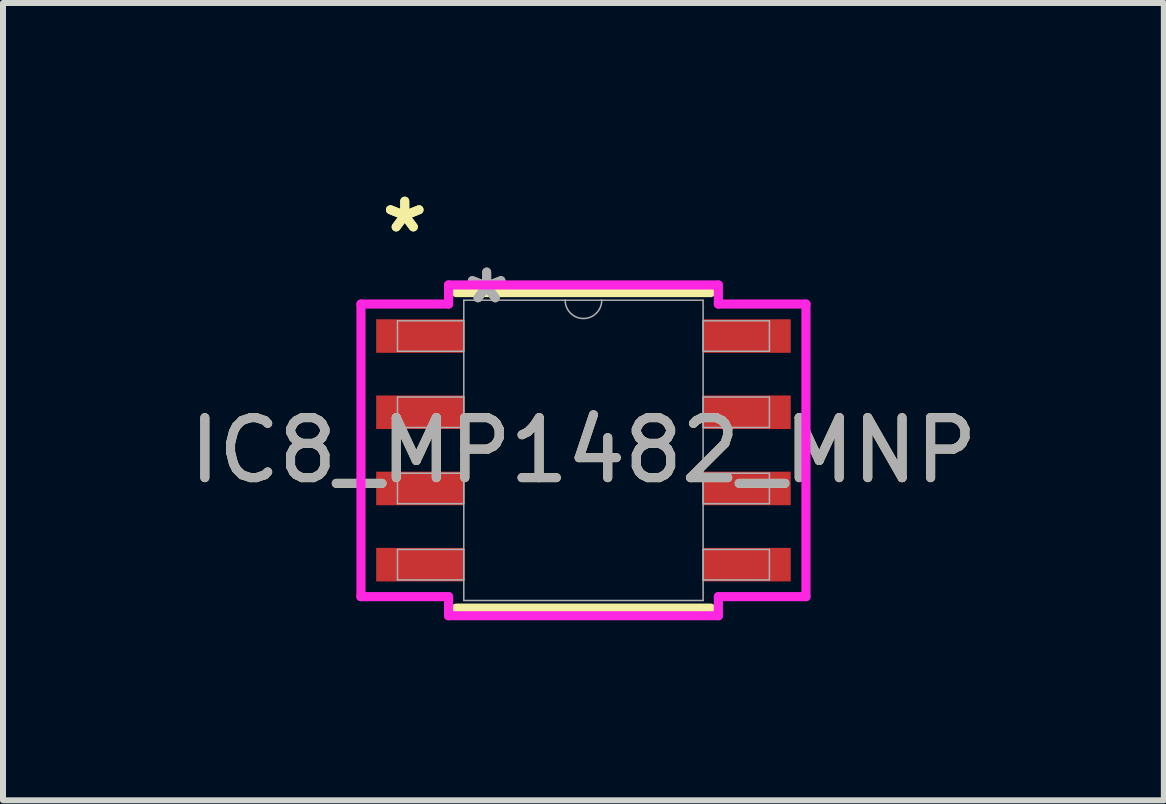
<source format=kicad_pcb>
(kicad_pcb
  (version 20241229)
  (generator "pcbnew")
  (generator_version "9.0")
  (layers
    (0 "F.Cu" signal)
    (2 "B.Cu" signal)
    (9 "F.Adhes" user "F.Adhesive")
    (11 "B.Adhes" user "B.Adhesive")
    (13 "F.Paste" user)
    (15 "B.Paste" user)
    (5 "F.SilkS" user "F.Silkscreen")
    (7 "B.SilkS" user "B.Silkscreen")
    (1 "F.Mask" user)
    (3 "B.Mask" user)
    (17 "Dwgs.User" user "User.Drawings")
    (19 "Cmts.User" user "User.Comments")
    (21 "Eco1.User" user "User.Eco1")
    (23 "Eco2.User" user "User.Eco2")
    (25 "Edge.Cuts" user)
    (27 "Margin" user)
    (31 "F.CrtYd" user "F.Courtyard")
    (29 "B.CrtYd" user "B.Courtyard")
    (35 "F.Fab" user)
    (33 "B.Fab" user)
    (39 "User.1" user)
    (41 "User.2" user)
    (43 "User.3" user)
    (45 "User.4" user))
  (footprint "IC8_MP1482_MNP"
    (layer "F.Cu")
    (at 6.673 4.455)
    (property "Reference" "IC8_MP1482_MNP" (at 0 0 0) (unlocked yes) (layer "F.SilkS") (effects (font (size 1 1) (thickness 0.15))))
    (attr smd)
    (fp_line (start -2.121 2.629) (end 2.121 2.629) (stroke (width 0.152) (type solid)) (layer "F.SilkS"))
    (fp_line (start 2.121 -2.629) (end -2.121 -2.629) (stroke (width 0.152) (type solid)) (layer "F.SilkS"))
    (fp_line (start -3.708 -2.438) (end -2.248 -2.438) (stroke (width 0.152) (type solid)) (layer "F.CrtYd"))
    (fp_line (start -3.708 2.438) (end -3.708 -2.438) (stroke (width 0.152) (type solid)) (layer "F.CrtYd"))
    (fp_line (start -3.708 2.438) (end -2.248 2.438) (stroke (width 0.152) (type solid)) (layer "F.CrtYd"))
    (fp_line (start -2.248 -2.756) (end 2.248 -2.756) (stroke (width 0.152) (type solid)) (layer "F.CrtYd"))
    (fp_line (start -2.248 -2.438) (end -2.248 -2.756) (stroke (width 0.152) (type solid)) (layer "F.CrtYd"))
    (fp_line (start -2.248 2.756) (end -2.248 2.438) (stroke (width 0.152) (type solid)) (layer "F.CrtYd"))
    (fp_line (start 2.248 -2.756) (end 2.248 -2.438) (stroke (width 0.152) (type solid)) (layer "F.CrtYd"))
    (fp_line (start 2.248 2.438) (end 2.248 2.756) (stroke (width 0.152) (type solid)) (layer "F.CrtYd"))
    (fp_line (start 2.248 2.756) (end -2.248 2.756) (stroke (width 0.152) (type solid)) (layer "F.CrtYd"))
    (fp_line (start 3.708 -2.438) (end 2.248 -2.438) (stroke (width 0.152) (type solid)) (layer "F.CrtYd"))
    (fp_line (start 3.708 -2.438) (end 3.708 2.438) (stroke (width 0.152) (type solid)) (layer "F.CrtYd"))
    (fp_line (start 3.708 2.438) (end 2.248 2.438) (stroke (width 0.152) (type solid)) (layer "F.CrtYd"))
    (fp_line (start -3.099 -2.159) (end -3.099 -1.651) (stroke (width 0.025) (type solid)) (layer "F.Fab"))
    (fp_line (start -3.099 -1.651) (end -1.994 -1.651) (stroke (width 0.025) (type solid)) (layer "F.Fab"))
    (fp_line (start -3.099 -0.889) (end -3.099 -0.381) (stroke (width 0.025) (type solid)) (layer "F.Fab"))
    (fp_line (start -3.099 -0.381) (end -1.994 -0.381) (stroke (width 0.025) (type solid)) (layer "F.Fab"))
    (fp_line (start -3.099 0.381) (end -3.099 0.889) (stroke (width 0.025) (type solid)) (layer "F.Fab"))
    (fp_line (start -3.099 0.889) (end -1.994 0.889) (stroke (width 0.025) (type solid)) (layer "F.Fab"))
    (fp_line (start -3.099 1.651) (end -3.099 2.159) (stroke (width 0.025) (type solid)) (layer "F.Fab"))
    (fp_line (start -3.099 2.159) (end -1.994 2.159) (stroke (width 0.025) (type solid)) (layer "F.Fab"))
    (fp_line (start -1.994 -2.502) (end -1.994 2.502) (stroke (width 0.025) (type solid)) (layer "F.Fab"))
    (fp_line (start -1.994 -2.159) (end -3.099 -2.159) (stroke (width 0.025) (type solid)) (layer "F.Fab"))
    (fp_line (start -1.994 -1.651) (end -1.994 -2.159) (stroke (width 0.025) (type solid)) (layer "F.Fab"))
    (fp_line (start -1.994 -0.889) (end -3.099 -0.889) (stroke (width 0.025) (type solid)) (layer "F.Fab"))
    (fp_line (start -1.994 -0.381) (end -1.994 -0.889) (stroke (width 0.025) (type solid)) (layer "F.Fab"))
    (fp_line (start -1.994 0.381) (end -3.099 0.381) (stroke (width 0.025) (type solid)) (layer "F.Fab"))
    (fp_line (start -1.994 0.889) (end -1.994 0.381) (stroke (width 0.025) (type solid)) (layer "F.Fab"))
    (fp_line (start -1.994 1.651) (end -3.099 1.651) (stroke (width 0.025) (type solid)) (layer "F.Fab"))
    (fp_line (start -1.994 2.159) (end -1.994 1.651) (stroke (width 0.025) (type solid)) (layer "F.Fab"))
    (fp_line (start -1.994 2.502) (end 1.994 2.502) (stroke (width 0.025) (type solid)) (layer "F.Fab"))
    (fp_line (start 1.994 -2.502) (end -1.994 -2.502) (stroke (width 0.025) (type solid)) (layer "F.Fab"))
    (fp_line (start 1.994 -2.159) (end 1.994 -1.651) (stroke (width 0.025) (type solid)) (layer "F.Fab"))
    (fp_line (start 1.994 -1.651) (end 3.099 -1.651) (stroke (width 0.025) (type solid)) (layer "F.Fab"))
    (fp_line (start 1.994 -0.889) (end 1.994 -0.381) (stroke (width 0.025) (type solid)) (layer "F.Fab"))
    (fp_line (start 1.994 -0.381) (end 3.099 -0.381) (stroke (width 0.025) (type solid)) (layer "F.Fab"))
    (fp_line (start 1.994 0.381) (end 1.994 0.889) (stroke (width 0.025) (type solid)) (layer "F.Fab"))
    (fp_line (start 1.994 0.889) (end 3.099 0.889) (stroke (width 0.025) (type solid)) (layer "F.Fab"))
    (fp_line (start 1.994 1.651) (end 1.994 2.159) (stroke (width 0.025) (type solid)) (layer "F.Fab"))
    (fp_line (start 1.994 2.159) (end 3.099 2.159) (stroke (width 0.025) (type solid)) (layer "F.Fab"))
    (fp_line (start 1.994 2.502) (end 1.994 -2.502) (stroke (width 0.025) (type solid)) (layer "F.Fab"))
    (fp_line (start 3.099 -2.159) (end 1.994 -2.159) (stroke (width 0.025) (type solid)) (layer "F.Fab"))
    (fp_line (start 3.099 -1.651) (end 3.099 -2.159) (stroke (width 0.025) (type solid)) (layer "F.Fab"))
    (fp_line (start 3.099 -0.889) (end 1.994 -0.889) (stroke (width 0.025) (type solid)) (layer "F.Fab"))
    (fp_line (start 3.099 -0.381) (end 3.099 -0.889) (stroke (width 0.025) (type solid)) (layer "F.Fab"))
    (fp_line (start 3.099 0.381) (end 1.994 0.381) (stroke (width 0.025) (type solid)) (layer "F.Fab"))
    (fp_line (start 3.099 0.889) (end 3.099 0.381) (stroke (width 0.025) (type solid)) (layer "F.Fab"))
    (fp_line (start 3.099 1.651) (end 1.994 1.651) (stroke (width 0.025) (type solid)) (layer "F.Fab"))
    (fp_line (start 3.099 2.159) (end 3.099 1.651) (stroke (width 0.025) (type solid)) (layer "F.Fab"))
    (fp_arc (start 0.3048 -2.5019) (mid 0 -2.1971) (end -0.3048 -2.5019) (stroke (width 0.0254) (type solid)) (layer "F.Fab"))
    (fp_text user "*" (at -2.978 -3.607 0) (unlocked yes) (layer "F.SilkS") (effects (font (size 1 1) (thickness 0.15))))
    (fp_text user "*" (at -2.978 -3.607 0) (layer "F.SilkS") (effects (font (size 1 1) (thickness 0.15))))
    (fp_text user "${REFERENCE}" (at 0 0 0) (unlocked yes) (layer "F.Fab") (effects (font (size 1 1) (thickness 0.15))))
    (fp_text user "*" (at -1.613 -2.426 0) (unlocked yes) (layer "F.Fab") (effects (font (size 1 1) (thickness 0.15))))
    (fp_text user "*" (at -1.613 -2.426 0) (layer "F.Fab") (effects (font (size 1 1) (thickness 0.15))))
    (pad "1" smd rect (at -2.724 -1.905) (size 1.46 0.559) (layers "F.Cu" "F.Mask" "F.Paste"))
    (pad "2" smd rect (at -2.724 -0.635) (size 1.46 0.559) (layers "F.Cu" "F.Mask" "F.Paste"))
    (pad "3" smd rect (at -2.724 0.635) (size 1.46 0.559) (layers "F.Cu" "F.Mask" "F.Paste"))
    (pad "4" smd rect (at -2.724 1.905) (size 1.46 0.559) (layers "F.Cu" "F.Mask" "F.Paste"))
    (pad "5" smd rect (at 2.724 1.905) (size 1.46 0.559) (layers "F.Cu" "F.Mask" "F.Paste"))
    (pad "6" smd rect (at 2.724 0.635) (size 1.46 0.559) (layers "F.Cu" "F.Mask" "F.Paste"))
    (pad "7" smd rect (at 2.724 -0.635) (size 1.46 0.559) (layers "F.Cu" "F.Mask" "F.Paste"))
    (pad "8" smd rect (at 2.724 -1.905) (size 1.46 0.559) (layers "F.Cu" "F.Mask" "F.Paste")))
  (gr_rect
    (start -3 -3)
    (end 16.345 10.287)
    (stroke (width 0.1) (type default))
    (fill no)
    (layer "Edge.Cuts")))
</source>
